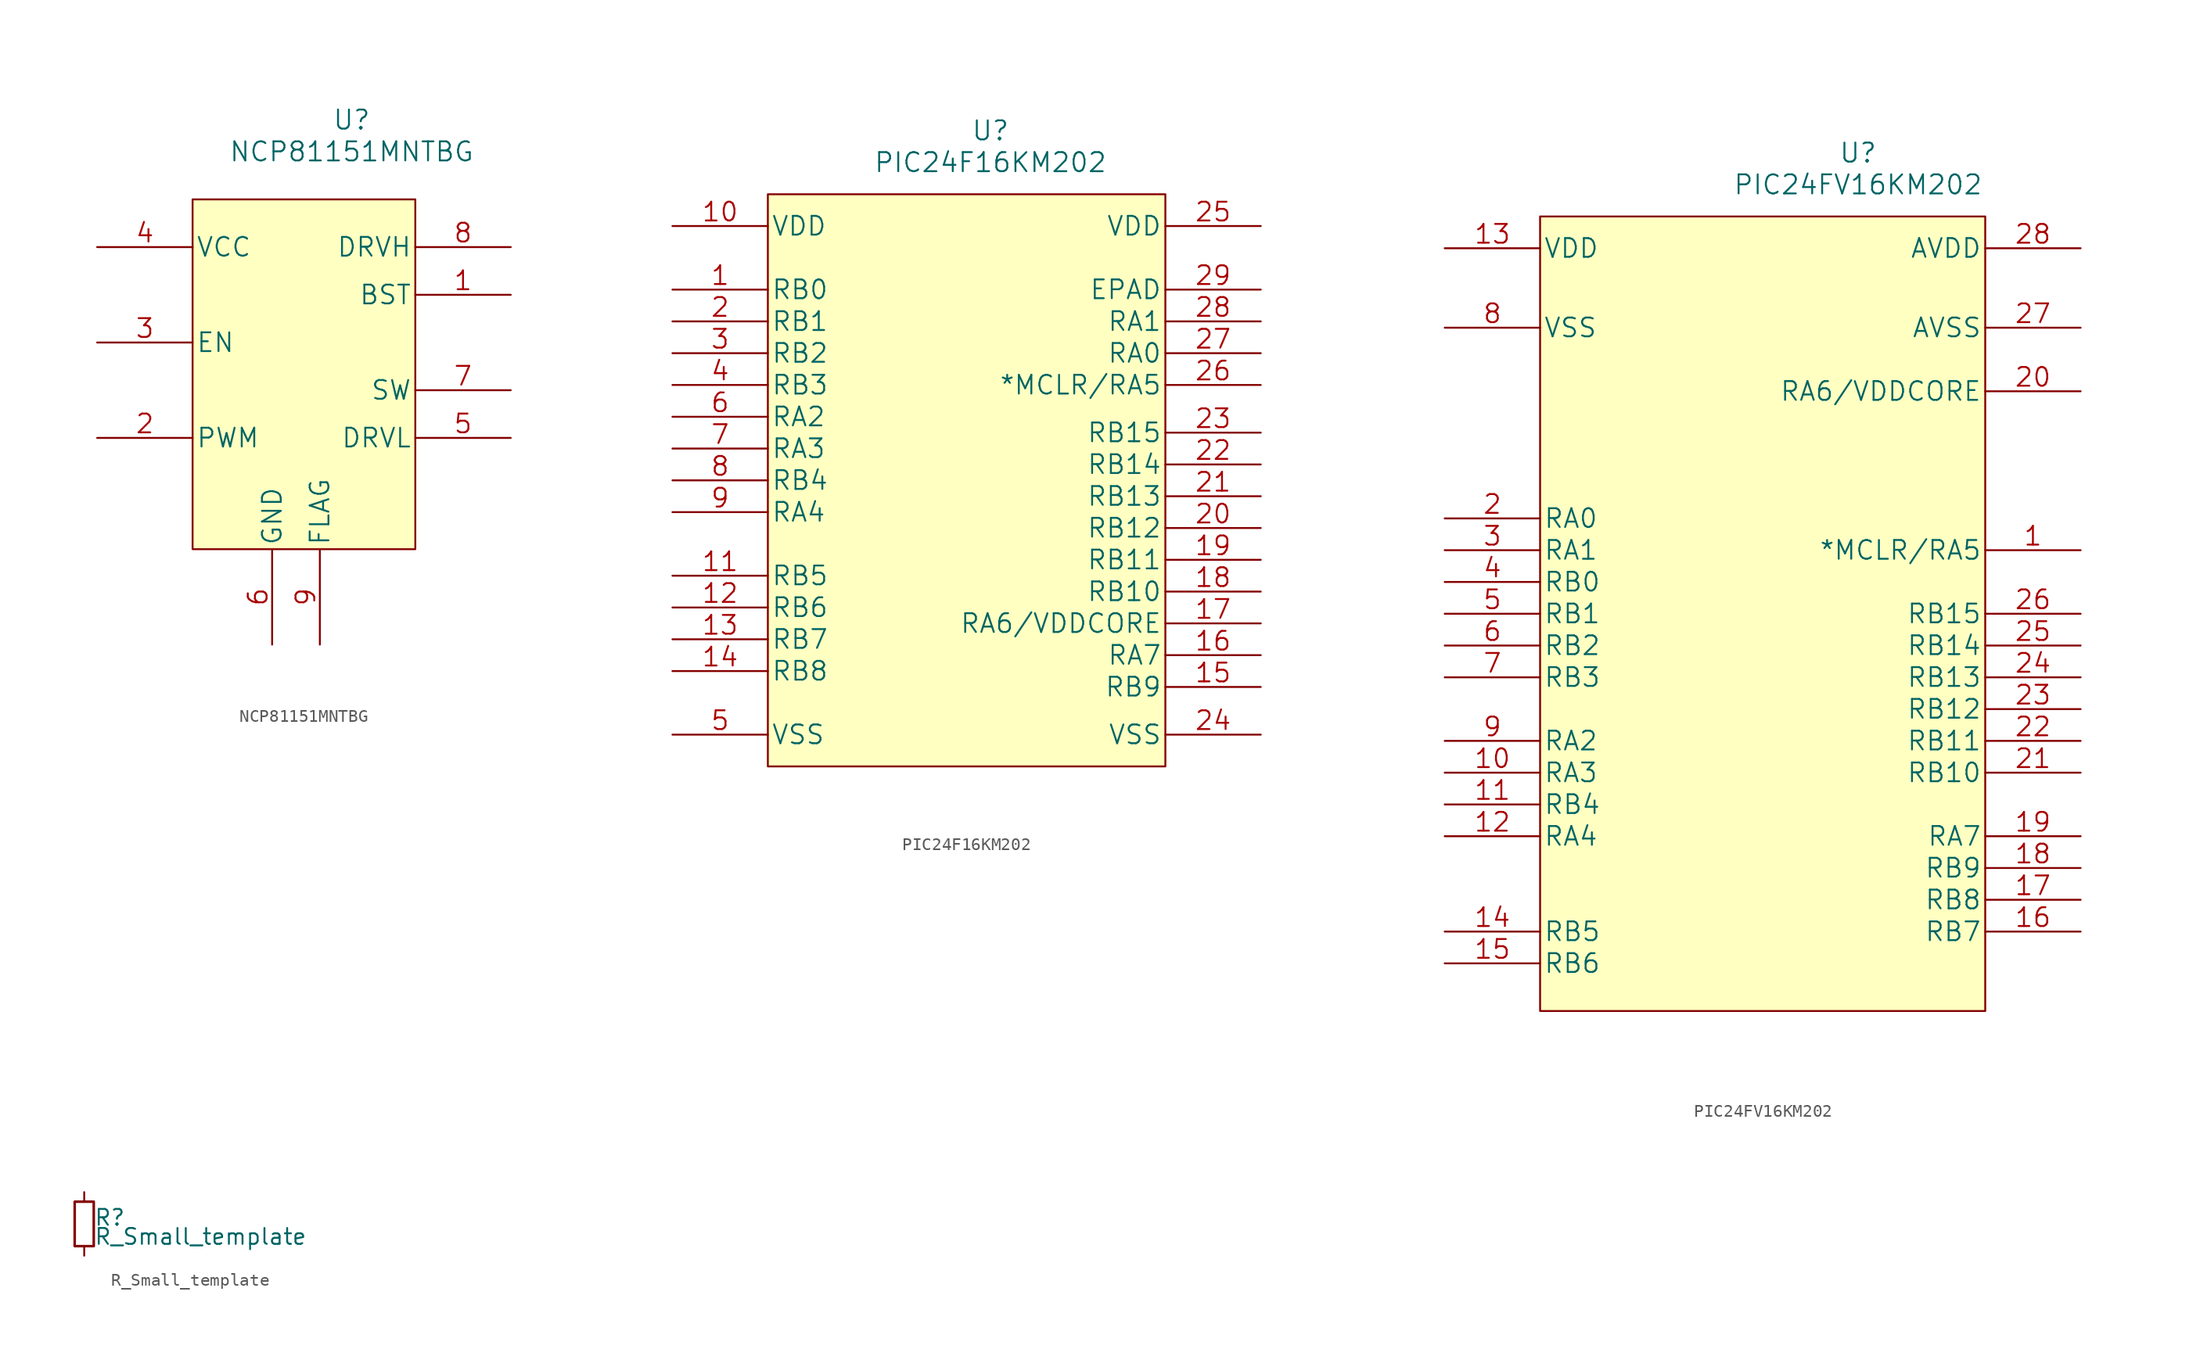
<source format=kicad_sym>
(kicad_symbol_lib
  (version 20211014)
  (generator kicad_symbol_editor)
  (symbol "NCP81151MNTBG"
    (pin_names
      (offset 0.254))
    (property "Reference" "U"
      (at 20.32 10.16 0)
      (effects (font (size 1.524 1.524))))
    (property "Value" "NCP81151MNTBG"
      (at 20.32 7.62 0)
      (effects (font (size 1.524 1.524))))
    (symbol "NCP81151MNTBG_1_1"
      (rectangle (start 7.62 3.81) (end 25.4 -24.13) (stroke (width 0.152) (type default) (color 0 0 0 0)) (fill (type background)))
      (pin unspecified line (at 33.02 -3.81 180) (length 7.62) (name "BST" (effects (font (size 1.499 1.499)))) (number "1" (effects (font (size 1.499 1.499)))))
      (pin input line (at 0 -15.24 0) (length 7.62) (name "PWM" (effects (font (size 1.499 1.499)))) (number "2" (effects (font (size 1.499 1.499)))))
      (pin input line (at 0 -7.62 0) (length 7.62) (name "EN" (effects (font (size 1.499 1.499)))) (number "3" (effects (font (size 1.499 1.499)))))
      (pin power_in line (at 0 0 0) (length 7.62) (name "VCC" (effects (font (size 1.499 1.499)))) (number "4" (effects (font (size 1.499 1.499)))))
      (pin output line (at 33.02 -15.24 180) (length 7.62) (name "DRVL" (effects (font (size 1.499 1.499)))) (number "5" (effects (font (size 1.499 1.499)))))
      (pin power_in line (at 13.97 -31.75 90) (length 7.62) (name "GND" (effects (font (size 1.499 1.499)))) (number "6" (effects (font (size 1.499 1.499)))))
      (pin unspecified line (at 33.02 -11.43 180) (length 7.62) (name "SW" (effects (font (size 1.499 1.499)))) (number "7" (effects (font (size 1.499 1.499)))))
      (pin output line (at 33.02 0 180) (length 7.62) (name "DRVH" (effects (font (size 1.499 1.499)))) (number "8" (effects (font (size 1.499 1.499)))))
      (pin unspecified line (at 17.78 -31.75 90) (length 7.62) (name "FLAG" (effects (font (size 1.499 1.499)))) (number "9" (effects (font (size 1.499 1.499)))))))
  (symbol "PIC24F16KM202"
    (pin_names
      (offset 0.254))
    (property "Reference" "U"
      (at 25.4 10.16 0)
      (effects (font (size 1.524 1.524))))
    (property "Value" "PIC24F16KM202"
      (at 25.4 7.62 0)
      (effects (font (size 1.524 1.524))))
    (symbol "PIC24F16KM202_0_1"
      (rectangle (start 7.62 5.08) (end 39.37 -40.64) (stroke (width 0.152) (type default) (color 0 0 0 0)) (fill (type background))))
    (symbol "PIC24F16KM202_1_1"
      (pin bidirectional line (at 0 -2.54 0) (length 7.62) (name "RB0" (effects (font (size 1.499 1.499)))) (number "1" (effects (font (size 1.499 1.499)))))
      (pin power_in line (at 0 2.54 0) (length 7.62) (name "VDD" (effects (font (size 1.499 1.499)))) (number "10" (effects (font (size 1.499 1.499)))))
      (pin bidirectional line (at 0 -25.4 0) (length 7.62) (name "RB5" (effects (font (size 1.499 1.499)))) (number "11" (effects (font (size 1.499 1.499)))))
      (pin bidirectional line (at 0 -27.94 0) (length 7.62) (name "RB6" (effects (font (size 1.499 1.499)))) (number "12" (effects (font (size 1.499 1.499)))))
      (pin bidirectional line (at 0 -30.48 0) (length 7.62) (name "RB7" (effects (font (size 1.499 1.499)))) (number "13" (effects (font (size 1.499 1.499)))))
      (pin bidirectional line (at 0 -33.02 0) (length 7.62) (name "RB8" (effects (font (size 1.499 1.499)))) (number "14" (effects (font (size 1.499 1.499)))))
      (pin bidirectional line (at 46.99 -34.29 180) (length 7.62) (name "RB9" (effects (font (size 1.499 1.499)))) (number "15" (effects (font (size 1.499 1.499)))))
      (pin bidirectional line (at 46.99 -31.75 180) (length 7.62) (name "RA7" (effects (font (size 1.499 1.499)))) (number "16" (effects (font (size 1.499 1.499)))))
      (pin power_in line (at 46.99 -29.21 180) (length 7.62) (name "RA6/VDDCORE" (effects (font (size 1.499 1.499)))) (number "17" (effects (font (size 1.499 1.499)))))
      (pin bidirectional line (at 46.99 -26.67 180) (length 7.62) (name "RB10" (effects (font (size 1.499 1.499)))) (number "18" (effects (font (size 1.499 1.499)))))
      (pin bidirectional line (at 46.99 -24.13 180) (length 7.62) (name "RB11" (effects (font (size 1.499 1.499)))) (number "19" (effects (font (size 1.499 1.499)))))
      (pin bidirectional line (at 0 -5.08 0) (length 7.62) (name "RB1" (effects (font (size 1.499 1.499)))) (number "2" (effects (font (size 1.499 1.499)))))
      (pin bidirectional line (at 46.99 -21.59 180) (length 7.62) (name "RB12" (effects (font (size 1.499 1.499)))) (number "20" (effects (font (size 1.499 1.499)))))
      (pin bidirectional line (at 46.99 -19.05 180) (length 7.62) (name "RB13" (effects (font (size 1.499 1.499)))) (number "21" (effects (font (size 1.499 1.499)))))
      (pin bidirectional line (at 46.99 -16.51 180) (length 7.62) (name "RB14" (effects (font (size 1.499 1.499)))) (number "22" (effects (font (size 1.499 1.499)))))
      (pin bidirectional line (at 46.99 -13.97 180) (length 7.62) (name "RB15" (effects (font (size 1.499 1.499)))) (number "23" (effects (font (size 1.499 1.499)))))
      (pin power_in line (at 46.99 -38.1 180) (length 7.62) (name "VSS" (effects (font (size 1.499 1.499)))) (number "24" (effects (font (size 1.499 1.499)))))
      (pin power_in line (at 46.99 2.54 180) (length 7.62) (name "VDD" (effects (font (size 1.499 1.499)))) (number "25" (effects (font (size 1.499 1.499)))))
      (pin bidirectional line (at 46.99 -10.16 180) (length 7.62) (name "*MCLR/RA5" (effects (font (size 1.499 1.499)))) (number "26" (effects (font (size 1.499 1.499)))))
      (pin bidirectional line (at 46.99 -7.62 180) (length 7.62) (name "RA0" (effects (font (size 1.499 1.499)))) (number "27" (effects (font (size 1.499 1.499)))))
      (pin bidirectional line (at 46.99 -5.08 180) (length 7.62) (name "RA1" (effects (font (size 1.499 1.499)))) (number "28" (effects (font (size 1.499 1.499)))))
      (pin unspecified line (at 46.99 -2.54 180) (length 7.62) (name "EPAD" (effects (font (size 1.499 1.499)))) (number "29" (effects (font (size 1.499 1.499)))))
      (pin bidirectional line (at 0 -7.62 0) (length 7.62) (name "RB2" (effects (font (size 1.499 1.499)))) (number "3" (effects (font (size 1.499 1.499)))))
      (pin bidirectional line (at 0 -10.16 0) (length 7.62) (name "RB3" (effects (font (size 1.499 1.499)))) (number "4" (effects (font (size 1.499 1.499)))))
      (pin power_in line (at 0 -38.1 0) (length 7.62) (name "VSS" (effects (font (size 1.499 1.499)))) (number "5" (effects (font (size 1.499 1.499)))))
      (pin bidirectional line (at 0 -12.7 0) (length 7.62) (name "RA2" (effects (font (size 1.499 1.499)))) (number "6" (effects (font (size 1.499 1.499)))))
      (pin bidirectional line (at 0 -15.24 0) (length 7.62) (name "RA3" (effects (font (size 1.499 1.499)))) (number "7" (effects (font (size 1.499 1.499)))))
      (pin bidirectional line (at 0 -17.78 0) (length 7.62) (name "RB4" (effects (font (size 1.499 1.499)))) (number "8" (effects (font (size 1.499 1.499)))))
      (pin bidirectional line (at 0 -20.32 0) (length 7.62) (name "RA4" (effects (font (size 1.499 1.499)))) (number "9" (effects (font (size 1.499 1.499)))))))
  (symbol "PIC24FV16KM202"
    (pin_names
      (offset 0.254))
    (property "Reference" "U"
      (at 33.02 10.16 0)
      (effects (font (size 1.524 1.524))))
    (property "Value" "PIC24FV16KM202"
      (at 33.02 7.62 0)
      (effects (font (size 1.524 1.524))))
    (symbol "PIC24FV16KM202_1_1"
      (rectangle (start 7.62 5.08) (end 43.18 -58.42) (stroke (width 0.152) (type default) (color 0 0 0 0)) (fill (type background)))
      (pin bidirectional line (at 50.8 -21.59 180) (length 7.62) (name "*MCLR/RA5" (effects (font (size 1.499 1.499)))) (number "1" (effects (font (size 1.499 1.499)))))
      (pin bidirectional line (at 0 -39.37 0) (length 7.62) (name "RA3" (effects (font (size 1.499 1.499)))) (number "10" (effects (font (size 1.499 1.499)))))
      (pin bidirectional line (at 0 -41.91 0) (length 7.62) (name "RB4" (effects (font (size 1.499 1.499)))) (number "11" (effects (font (size 1.499 1.499)))))
      (pin bidirectional line (at 0 -44.45 0) (length 7.62) (name "RA4" (effects (font (size 1.499 1.499)))) (number "12" (effects (font (size 1.499 1.499)))))
      (pin power_in line (at 0 2.54 0) (length 7.62) (name "VDD" (effects (font (size 1.499 1.499)))) (number "13" (effects (font (size 1.499 1.499)))))
      (pin bidirectional line (at 0 -52.07 0) (length 7.62) (name "RB5" (effects (font (size 1.499 1.499)))) (number "14" (effects (font (size 1.499 1.499)))))
      (pin bidirectional line (at 0 -54.61 0) (length 7.62) (name "RB6" (effects (font (size 1.499 1.499)))) (number "15" (effects (font (size 1.499 1.499)))))
      (pin bidirectional line (at 50.8 -52.07 180) (length 7.62) (name "RB7" (effects (font (size 1.499 1.499)))) (number "16" (effects (font (size 1.499 1.499)))))
      (pin bidirectional line (at 50.8 -49.53 180) (length 7.62) (name "RB8" (effects (font (size 1.499 1.499)))) (number "17" (effects (font (size 1.499 1.499)))))
      (pin bidirectional line (at 50.8 -46.99 180) (length 7.62) (name "RB9" (effects (font (size 1.499 1.499)))) (number "18" (effects (font (size 1.499 1.499)))))
      (pin bidirectional line (at 50.8 -44.45 180) (length 7.62) (name "RA7" (effects (font (size 1.499 1.499)))) (number "19" (effects (font (size 1.499 1.499)))))
      (pin bidirectional line (at 0 -19.05 0) (length 7.62) (name "RA0" (effects (font (size 1.499 1.499)))) (number "2" (effects (font (size 1.499 1.499)))))
      (pin power_in line (at 50.8 -8.89 180) (length 7.62) (name "RA6/VDDCORE" (effects (font (size 1.499 1.499)))) (number "20" (effects (font (size 1.499 1.499)))))
      (pin bidirectional line (at 50.8 -39.37 180) (length 7.62) (name "RB10" (effects (font (size 1.499 1.499)))) (number "21" (effects (font (size 1.499 1.499)))))
      (pin bidirectional line (at 50.8 -36.83 180) (length 7.62) (name "RB11" (effects (font (size 1.499 1.499)))) (number "22" (effects (font (size 1.499 1.499)))))
      (pin bidirectional line (at 50.8 -34.29 180) (length 7.62) (name "RB12" (effects (font (size 1.499 1.499)))) (number "23" (effects (font (size 1.499 1.499)))))
      (pin bidirectional line (at 50.8 -31.75 180) (length 7.62) (name "RB13" (effects (font (size 1.499 1.499)))) (number "24" (effects (font (size 1.499 1.499)))))
      (pin bidirectional line (at 50.8 -29.21 180) (length 7.62) (name "RB14" (effects (font (size 1.499 1.499)))) (number "25" (effects (font (size 1.499 1.499)))))
      (pin bidirectional line (at 50.8 -26.67 180) (length 7.62) (name "RB15" (effects (font (size 1.499 1.499)))) (number "26" (effects (font (size 1.499 1.499)))))
      (pin power_in line (at 50.8 -3.81 180) (length 7.62) (name "AVSS" (effects (font (size 1.499 1.499)))) (number "27" (effects (font (size 1.499 1.499)))))
      (pin power_in line (at 50.8 2.54 180) (length 7.62) (name "AVDD" (effects (font (size 1.499 1.499)))) (number "28" (effects (font (size 1.499 1.499)))))
      (pin bidirectional line (at 0 -21.59 0) (length 7.62) (name "RA1" (effects (font (size 1.499 1.499)))) (number "3" (effects (font (size 1.499 1.499)))))
      (pin bidirectional line (at 0 -24.13 0) (length 7.62) (name "RB0" (effects (font (size 1.499 1.499)))) (number "4" (effects (font (size 1.499 1.499)))))
      (pin bidirectional line (at 0 -26.67 0) (length 7.62) (name "RB1" (effects (font (size 1.499 1.499)))) (number "5" (effects (font (size 1.499 1.499)))))
      (pin bidirectional line (at 0 -29.21 0) (length 7.62) (name "RB2" (effects (font (size 1.499 1.499)))) (number "6" (effects (font (size 1.499 1.499)))))
      (pin bidirectional line (at 0 -31.75 0) (length 7.62) (name "RB3" (effects (font (size 1.499 1.499)))) (number "7" (effects (font (size 1.499 1.499)))))
      (pin power_in line (at 0 -3.81 0) (length 7.62) (name "VSS" (effects (font (size 1.499 1.499)))) (number "8" (effects (font (size 1.499 1.499)))))
      (pin bidirectional line (at 0 -36.83 0) (length 7.62) (name "RA2" (effects (font (size 1.499 1.499)))) (number "9" (effects (font (size 1.499 1.499)))))))
  (symbol "R_Small_template"
    (pin_numbers hide)
    (pin_names
      (offset 0.254) hide)
    (property "Reference" "R"
      (at 0.762 0.508 0)
      (effects (font (size 1.27 1.27)) (justify left)))
    (property "Value" "R_Small_template"
      (at 0.762 -1.016 0)
      (effects (font (size 1.27 1.27)) (justify left)))
    (symbol "R_Small_template_0_1"
      (rectangle (start -0.762 1.778) (end 0.762 -1.778) (stroke (width 0.203) (type default) (color 0 0 0 0)) (fill (type none))))
    (symbol "R_Small_template_1_1"
      (pin passive line (at 0 2.54 270) (length 0.762) (name "~" (effects (font (size 1.27 1.27)))) (number "1" (effects (font (size 1.27 1.27)))))
      (pin passive line (at 0 -2.54 90) (length 0.762) (name "~" (effects (font (size 1.27 1.27)))) (number "2" (effects (font (size 1.27 1.27))))))))
</source>
